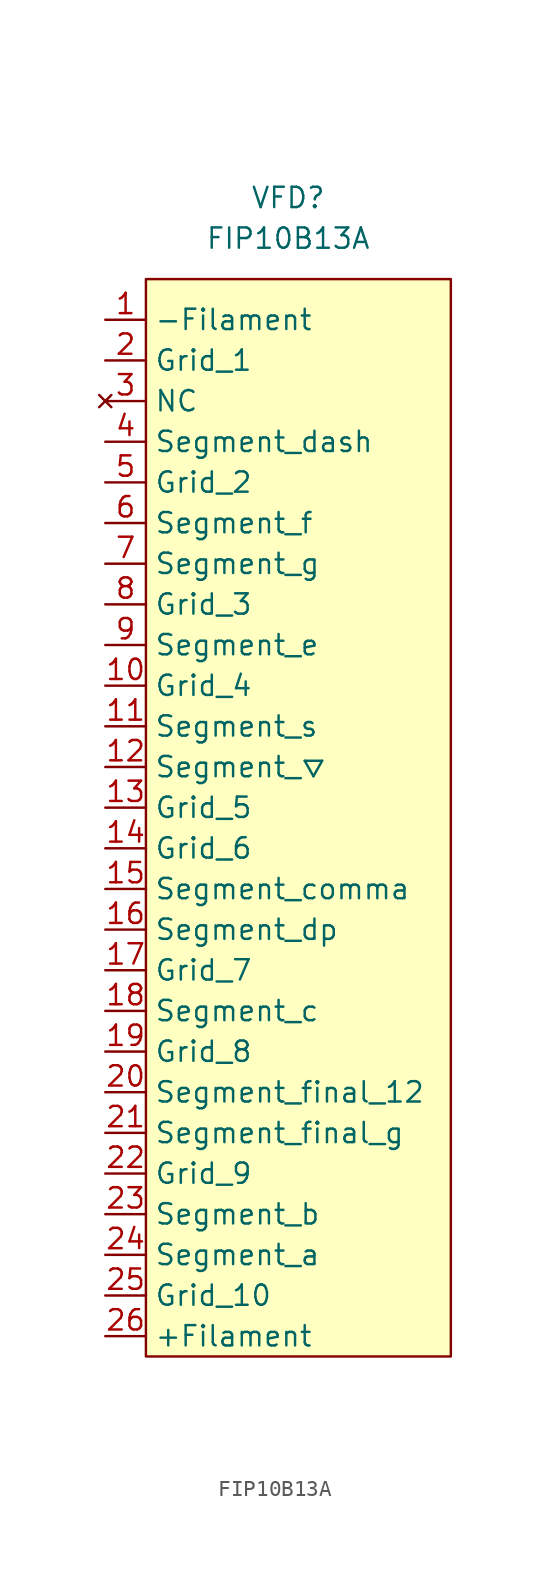
<source format=kicad_sym>
(kicad_symbol_lib
  (version 20241209)
  (generator "kicad_symbol_editor")
  (generator_version "9.0")
  (symbol "FIP10B13A"
    (property "Reference" "VFD"
      (at 0 35.56 0)
      (effects (font (size 1.27 1.27))))
    (property "Value" "FIP10B13A"
      (at 0 33.02 0)
      (effects (font (size 1.27 1.27))))
    (symbol "FIP10B13A_0_0"
      (pin bidirectional line (at -11.43 27.94 0) (length 2.54) (name "-Filament" (effects (font (size 1.27 1.27)))) (number "1" (effects (font (size 1.27 1.27)))))
      (pin input line (at -11.43 25.4 0) (length 2.54) (name "Grid_1" (effects (font (size 1.27 1.27)))) (number "2" (effects (font (size 1.27 1.27)))))
      (pin no_connect line (at -11.43 22.86 0) (length 2.54) (name "NC" (effects (font (size 1.27 1.27)))) (number "3" (effects (font (size 1.27 1.27)))))
      (pin input line (at -11.43 20.32 0) (length 2.54) (name "Segment_dash" (effects (font (size 1.27 1.27)))) (number "4" (effects (font (size 1.27 1.27)))))
      (pin input line (at -11.43 17.78 0) (length 2.54) (name "Grid_2" (effects (font (size 1.27 1.27)))) (number "5" (effects (font (size 1.27 1.27)))))
      (pin input line (at -11.43 15.24 0) (length 2.54) (name "Segment_f" (effects (font (size 1.27 1.27)))) (number "6" (effects (font (size 1.27 1.27)))))
      (pin input line (at -11.43 12.7 0) (length 2.54) (name "Segment_g" (effects (font (size 1.27 1.27)))) (number "7" (effects (font (size 1.27 1.27)))))
      (pin input line (at -11.43 10.16 0) (length 2.54) (name "Grid_3" (effects (font (size 1.27 1.27)))) (number "8" (effects (font (size 1.27 1.27)))))
      (pin input line (at -11.43 7.62 0) (length 2.54) (name "Segment_e" (effects (font (size 1.27 1.27)))) (number "9" (effects (font (size 1.27 1.27)))))
      (pin input line (at -11.43 5.08 0) (length 2.54) (name "Grid_4" (effects (font (size 1.27 1.27)))) (number "10" (effects (font (size 1.27 1.27)))))
      (pin input line (at -11.43 2.54 0) (length 2.54) (name "Segment_s" (effects (font (size 1.27 1.27)))) (number "11" (effects (font (size 1.27 1.27)))))
      (pin input line (at -11.43 0 0) (length 2.54) (name "Segment_▽" (effects (font (size 1.27 1.27)))) (number "12" (effects (font (size 1.27 1.27)))))
      (pin input line (at -11.43 -2.54 0) (length 2.54) (name "Grid_5" (effects (font (size 1.27 1.27)))) (number "13" (effects (font (size 1.27 1.27)))))
      (pin input line (at -11.43 -5.08 0) (length 2.54) (name "Grid_6" (effects (font (size 1.27 1.27)))) (number "14" (effects (font (size 1.27 1.27)))))
      (pin input line (at -11.43 -7.62 0) (length 2.54) (name "Segment_comma" (effects (font (size 1.27 1.27)))) (number "15" (effects (font (size 1.27 1.27)))))
      (pin input line (at -11.43 -10.16 0) (length 2.54) (name "Segment_dp" (effects (font (size 1.27 1.27)))) (number "16" (effects (font (size 1.27 1.27)))))
      (pin input line (at -11.43 -12.7 0) (length 2.54) (name "Grid_7" (effects (font (size 1.27 1.27)))) (number "17" (effects (font (size 1.27 1.27)))))
      (pin input line (at -11.43 -15.24 0) (length 2.54) (name "Segment_c" (effects (font (size 1.27 1.27)))) (number "18" (effects (font (size 1.27 1.27)))))
      (pin input line (at -11.43 -17.78 0) (length 2.54) (name "Grid_8" (effects (font (size 1.27 1.27)))) (number "19" (effects (font (size 1.27 1.27)))))
      (pin input line (at -11.43 -20.32 0) (length 2.54) (name "Segment_final_12" (effects (font (size 1.27 1.27)))) (number "20" (effects (font (size 1.27 1.27)))))
      (pin input line (at -11.43 -22.86 0) (length 2.54) (name "Segment_final_g" (effects (font (size 1.27 1.27)))) (number "21" (effects (font (size 1.27 1.27)))))
      (pin input line (at -11.43 -25.4 0) (length 2.54) (name "Grid_9" (effects (font (size 1.27 1.27)))) (number "22" (effects (font (size 1.27 1.27)))))
      (pin input line (at -11.43 -27.94 0) (length 2.54) (name "Segment_b" (effects (font (size 1.27 1.27)))) (number "23" (effects (font (size 1.27 1.27)))))
      (pin input line (at -11.43 -30.48 0) (length 2.54) (name "Segment_a" (effects (font (size 1.27 1.27)))) (number "24" (effects (font (size 1.27 1.27)))))
      (pin input line (at -11.43 -33.02 0) (length 2.54) (name "Grid_10" (effects (font (size 1.27 1.27)))) (number "25" (effects (font (size 1.27 1.27)))))
      (pin bidirectional line (at -11.43 -35.56 0) (length 2.54) (name "+Filament" (effects (font (size 1.27 1.27)))) (number "26" (effects (font (size 1.27 1.27))))))
    (symbol "FIP10B13A_1_1"
      (rectangle (start -8.89 30.48) (end 10.16 -36.83) (stroke (width 0) (type default)) (fill (type background))))))
</source>
